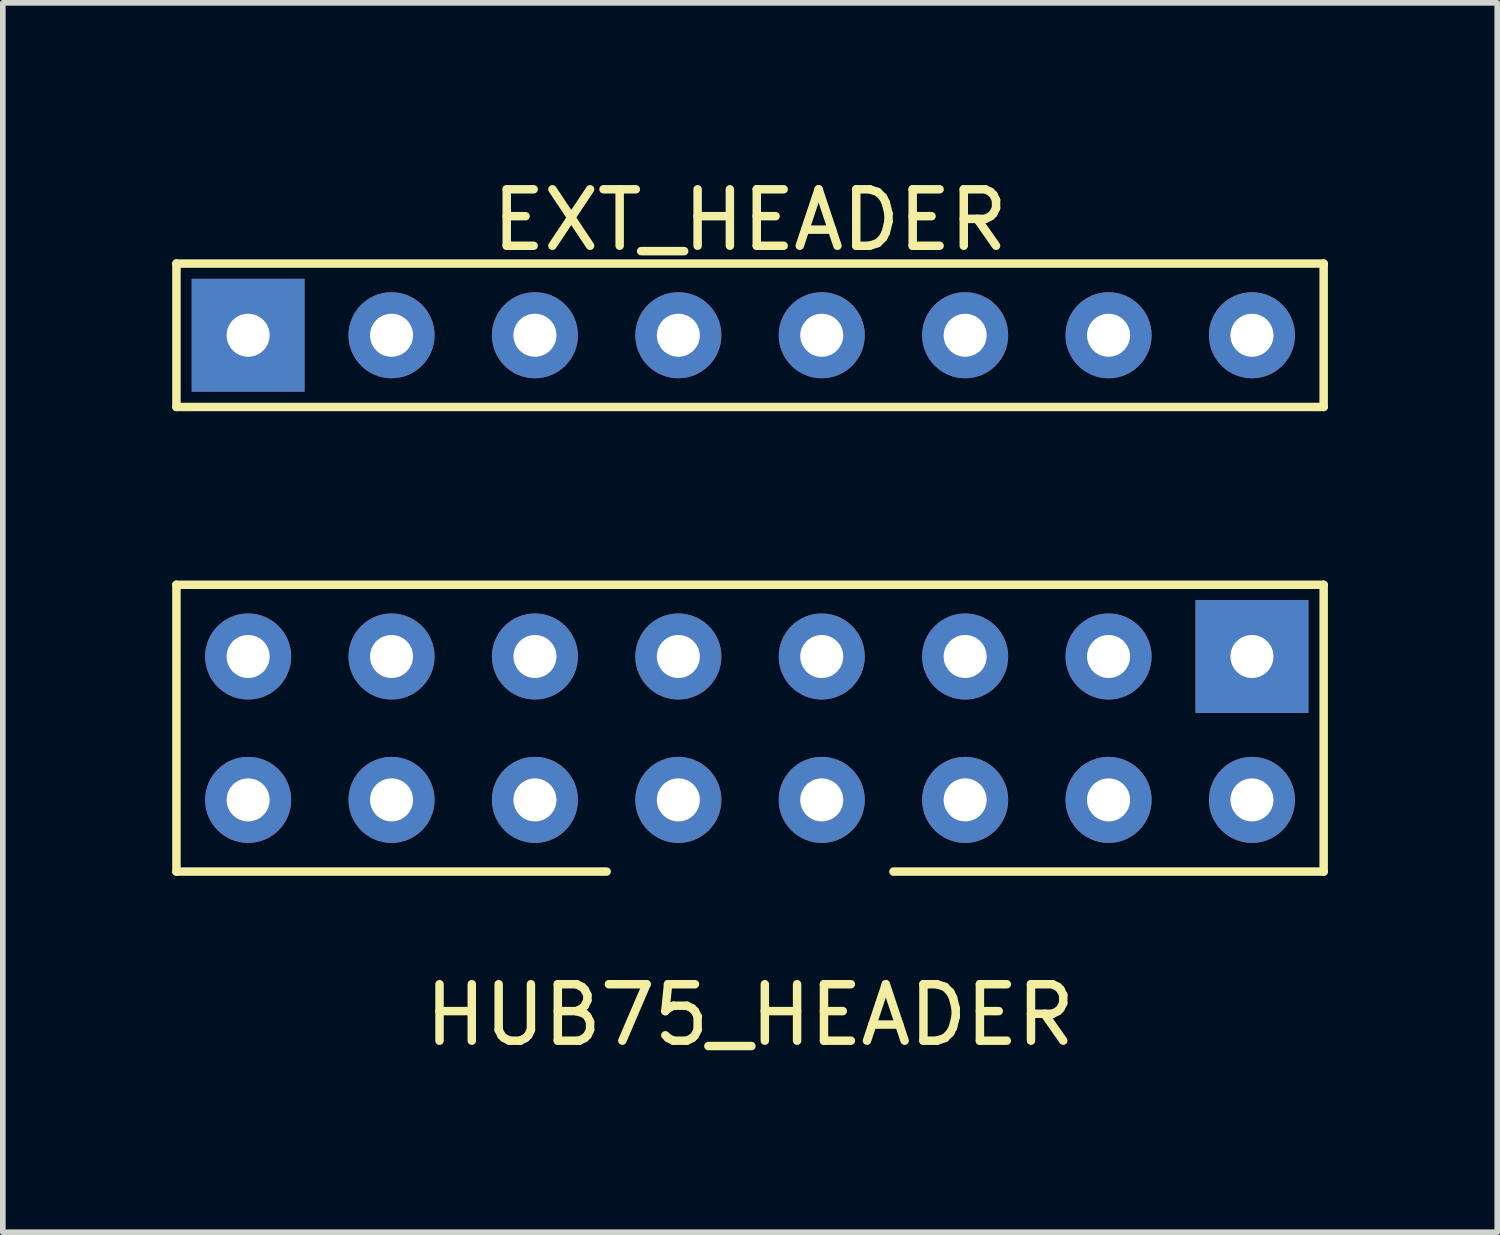
<source format=kicad_pcb>
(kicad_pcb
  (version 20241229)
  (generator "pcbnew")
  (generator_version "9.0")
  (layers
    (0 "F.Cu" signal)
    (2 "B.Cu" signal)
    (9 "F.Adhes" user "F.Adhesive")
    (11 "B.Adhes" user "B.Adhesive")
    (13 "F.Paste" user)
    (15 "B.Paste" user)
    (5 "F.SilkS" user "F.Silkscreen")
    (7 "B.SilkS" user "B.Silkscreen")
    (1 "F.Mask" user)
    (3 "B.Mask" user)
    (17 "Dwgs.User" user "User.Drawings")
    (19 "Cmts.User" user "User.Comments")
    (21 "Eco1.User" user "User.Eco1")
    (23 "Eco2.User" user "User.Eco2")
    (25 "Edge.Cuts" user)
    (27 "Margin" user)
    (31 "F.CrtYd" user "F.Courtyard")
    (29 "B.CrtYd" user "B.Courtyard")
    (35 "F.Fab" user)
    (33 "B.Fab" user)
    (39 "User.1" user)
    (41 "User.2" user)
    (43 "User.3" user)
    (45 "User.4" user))
  (footprint "HUB75_HEADER"
    (layer "F.Cu")
    (at 10.235 9.848)
    (property "Reference" "HUB75_HEADER" (at 0 5.08 0) (layer "F.SilkS") (effects (font (size 1 1) (thickness 0.15))))
    (attr through_hole)
    (fp_line (start -10.16 -2.54) (end -10.16 2.54) (stroke (width 0.15) (type solid)) (layer "F.SilkS"))
    (fp_line (start -10.16 -2.54) (end 10.16 -2.54) (stroke (width 0.15) (type solid)) (layer "F.SilkS"))
    (fp_line (start -10.16 2.54) (end -2.54 2.54) (stroke (width 0.15) (type solid)) (layer "F.SilkS"))
    (fp_line (start 10.16 -2.54) (end 10.16 2.54) (stroke (width 0.15) (type solid)) (layer "F.SilkS"))
    (fp_line (start 10.16 2.54) (end 2.54 2.54) (stroke (width 0.15) (type solid)) (layer "F.SilkS"))
    (pad "1" thru_hole rect (at 8.89 -1.27) (size 2 2) (drill 0.762) (layers "*.Cu" "*.Mask"))
    (pad "2" thru_hole circle (at 8.89 1.27) (size 1.524 1.524) (drill 0.762) (layers "*.Cu" "*.Mask"))
    (pad "3" thru_hole circle (at 6.35 -1.27) (size 1.524 1.524) (drill 0.762) (layers "*.Cu" "*.Mask"))
    (pad "4" thru_hole circle (at 6.35 1.27) (size 1.524 1.524) (drill 0.762) (layers "*.Cu" "*.Mask"))
    (pad "5" thru_hole circle (at 3.81 -1.27) (size 1.524 1.524) (drill 0.762) (layers "*.Cu" "*.Mask"))
    (pad "6" thru_hole circle (at 3.81 1.27) (size 1.524 1.524) (drill 0.762) (layers "*.Cu" "*.Mask"))
    (pad "7" thru_hole circle (at 1.27 -1.27) (size 1.524 1.524) (drill 0.762) (layers "*.Cu" "*.Mask"))
    (pad "8" thru_hole circle (at 1.27 1.27) (size 1.524 1.524) (drill 0.762) (layers "*.Cu" "*.Mask"))
    (pad "9" thru_hole circle (at -1.27 -1.27) (size 1.524 1.524) (drill 0.762) (layers "*.Cu" "*.Mask"))
    (pad "10" thru_hole circle (at -1.27 1.27) (size 1.524 1.524) (drill 0.762) (layers "*.Cu" "*.Mask"))
    (pad "11" thru_hole circle (at -3.81 -1.27) (size 1.524 1.524) (drill 0.762) (layers "*.Cu" "*.Mask"))
    (pad "12" thru_hole circle (at -3.81 1.27) (size 1.524 1.524) (drill 0.762) (layers "*.Cu" "*.Mask"))
    (pad "13" thru_hole circle (at -6.35 -1.27) (size 1.524 1.524) (drill 0.762) (layers "*.Cu" "*.Mask"))
    (pad "14" thru_hole circle (at -6.35 1.27) (size 1.524 1.524) (drill 0.762) (layers "*.Cu" "*.Mask"))
    (pad "15" thru_hole circle (at -8.89 -1.27) (size 1.524 1.524) (drill 0.762) (layers "*.Cu" "*.Mask"))
    (pad "16" thru_hole circle (at -8.89 1.27) (size 1.524 1.524) (drill 0.762) (layers "*.Cu" "*.Mask")))
  (footprint "EXT_HEADER"
    (layer "F.Cu")
    (at 10.235 2.888)
    (property "Reference" "EXT_HEADER" (at 0 -2.04 0) (layer "F.SilkS") (effects (font (size 1 1) (thickness 0.15))))
    (attr through_hole)
    (fp_line (start -10.16 -1.27) (end 10.16 -1.27) (stroke (width 0.15) (type solid)) (layer "F.SilkS"))
    (fp_line (start -10.16 1.27) (end -10.16 -1.27) (stroke (width 0.15) (type solid)) (layer "F.SilkS"))
    (fp_line (start 10.16 -1.27) (end 10.16 1.27) (stroke (width 0.15) (type solid)) (layer "F.SilkS"))
    (fp_line (start 10.16 1.27) (end -10.16 1.27) (stroke (width 0.15) (type solid)) (layer "F.SilkS"))
    (pad "1" thru_hole rect (at -8.89 0) (size 2 2) (drill 0.762) (layers "*.Cu" "*.Mask"))
    (pad "2" thru_hole circle (at -6.35 0) (size 1.524 1.524) (drill 0.762) (layers "*.Cu" "*.Mask"))
    (pad "3" thru_hole circle (at -3.81 0) (size 1.524 1.524) (drill 0.762) (layers "*.Cu" "*.Mask"))
    (pad "4" thru_hole circle (at -1.27 0) (size 1.524 1.524) (drill 0.762) (layers "*.Cu" "*.Mask"))
    (pad "5" thru_hole circle (at 1.27 0) (size 1.524 1.524) (drill 0.762) (layers "*.Cu" "*.Mask"))
    (pad "6" thru_hole circle (at 3.81 0) (size 1.524 1.524) (drill 0.762) (layers "*.Cu" "*.Mask"))
    (pad "7" thru_hole circle (at 6.35 0) (size 1.524 1.524) (drill 0.762) (layers "*.Cu" "*.Mask"))
    (pad "8" thru_hole circle (at 8.89 0) (size 1.524 1.524) (drill 0.762) (layers "*.Cu" "*.Mask")))
  (gr_rect
    (start -3 -3)
    (end 23.47 18.776)
    (stroke (width 0.1) (type default))
    (fill no)
    (layer "Edge.Cuts")))
</source>
